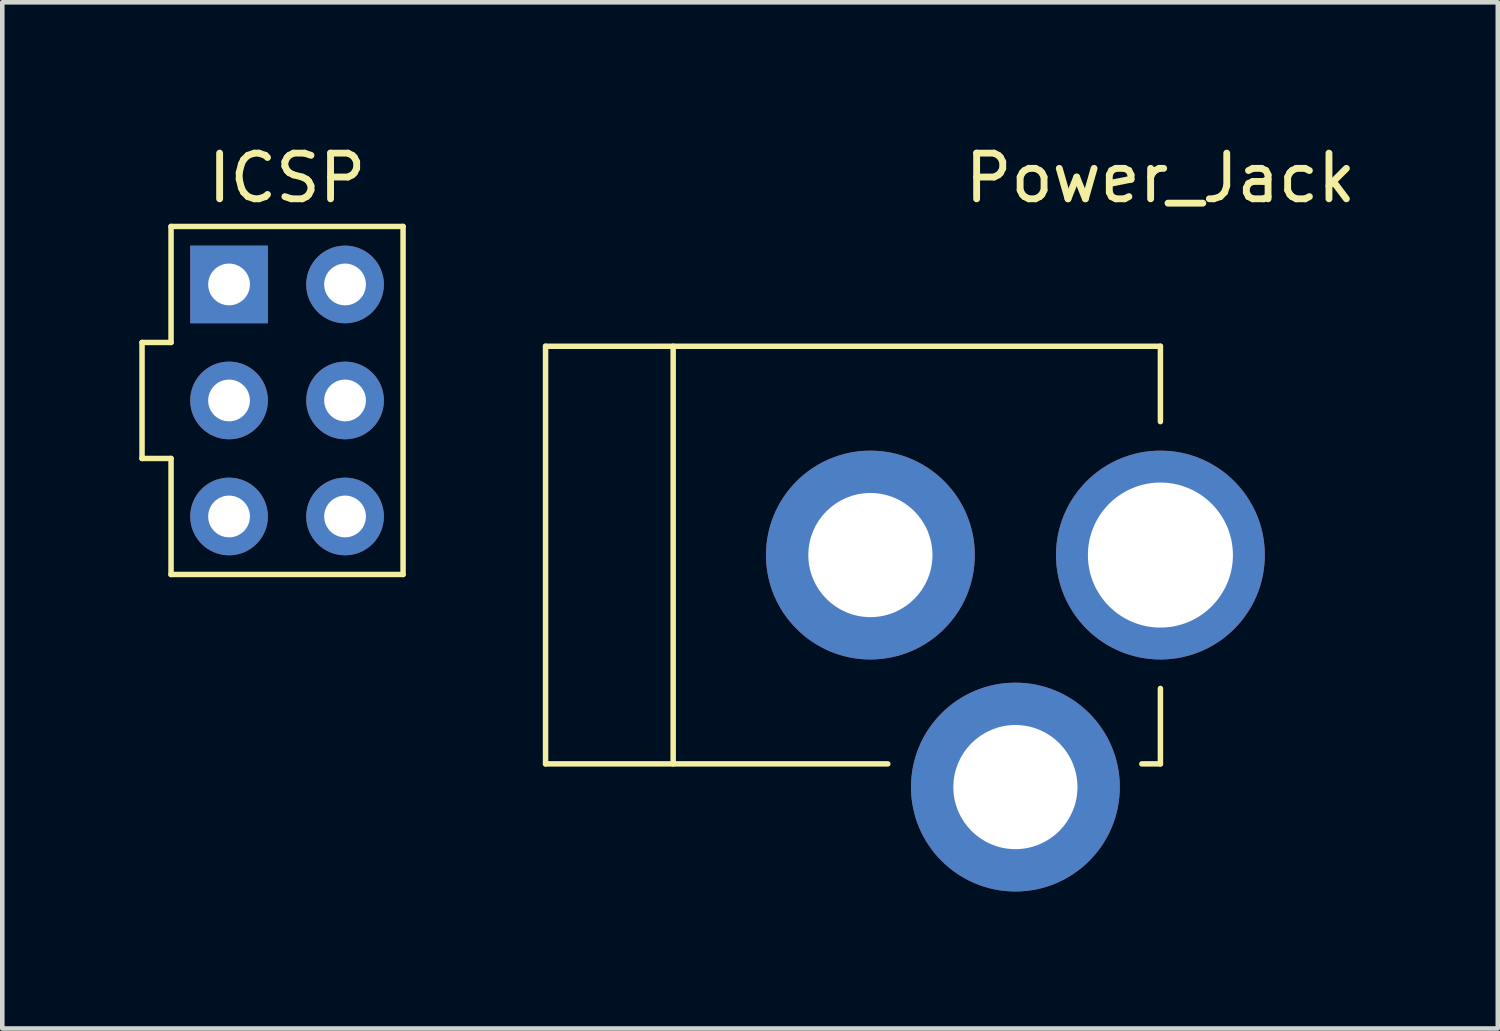
<source format=kicad_pcb>
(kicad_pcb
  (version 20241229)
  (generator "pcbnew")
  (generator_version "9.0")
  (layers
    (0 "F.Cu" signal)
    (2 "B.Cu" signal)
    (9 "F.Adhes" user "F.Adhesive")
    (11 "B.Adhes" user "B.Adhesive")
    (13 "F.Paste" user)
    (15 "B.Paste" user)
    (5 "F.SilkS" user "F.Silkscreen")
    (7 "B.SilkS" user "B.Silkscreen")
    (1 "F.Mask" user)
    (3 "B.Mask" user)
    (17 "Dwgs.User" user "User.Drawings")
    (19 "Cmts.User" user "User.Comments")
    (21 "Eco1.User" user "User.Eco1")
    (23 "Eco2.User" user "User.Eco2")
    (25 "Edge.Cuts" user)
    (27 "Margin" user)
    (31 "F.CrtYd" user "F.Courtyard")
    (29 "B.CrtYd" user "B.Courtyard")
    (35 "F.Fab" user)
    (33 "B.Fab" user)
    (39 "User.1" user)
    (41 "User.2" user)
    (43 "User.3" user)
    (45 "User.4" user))
  (footprint "ICSP"
    (layer "F.Cu")
    (at 1.965 3.178)
    (property "Reference" "ICSP" (at 1.27 -2.33 0) (layer "F.SilkS") (effects (font (size 1 1) (thickness 0.15))))
    (attr through_hole)
    (fp_line (start -1.905 1.27) (end -1.905 3.81) (stroke (width 0.12) (type solid)) (layer "F.SilkS"))
    (fp_line (start -1.905 3.81) (end -1.27 3.81) (stroke (width 0.12) (type solid)) (layer "F.SilkS"))
    (fp_line (start -1.27 -1.27) (end -1.27 1.27) (stroke (width 0.12) (type solid)) (layer "F.SilkS"))
    (fp_line (start -1.27 1.27) (end -1.905 1.27) (stroke (width 0.12) (type solid)) (layer "F.SilkS"))
    (fp_line (start -1.27 3.81) (end -1.27 6.35) (stroke (width 0.12) (type solid)) (layer "F.SilkS"))
    (fp_line (start -1.27 6.35) (end 3.81 6.35) (stroke (width 0.12) (type solid)) (layer "F.SilkS"))
    (fp_line (start 3.81 -1.27) (end -1.27 -1.27) (stroke (width 0.12) (type solid)) (layer "F.SilkS"))
    (fp_line (start 3.81 6.35) (end 3.81 -1.27) (stroke (width 0.12) (type solid)) (layer "F.SilkS"))
    (pad "1" thru_hole rect (at 0 0) (size 1.7 1.7) (drill 0.914) (layers "*.Cu" "*.Mask"))
    (pad "2" thru_hole oval (at 2.54 0) (size 1.7 1.7) (drill 0.914) (layers "*.Cu" "*.Mask"))
    (pad "3" thru_hole oval (at 0 2.54) (size 1.7 1.7) (drill 0.914) (layers "*.Cu" "*.Mask"))
    (pad "4" thru_hole oval (at 2.54 2.54) (size 1.7 1.7) (drill 0.914) (layers "*.Cu" "*.Mask"))
    (pad "5" thru_hole oval (at 0 5.08) (size 1.7 1.7) (drill 0.914) (layers "*.Cu" "*.Mask"))
    (pad "6" thru_hole oval (at 2.54 5.08) (size 1.7 1.7) (drill 0.914) (layers "*.Cu" "*.Mask")))
  (footprint "Power_Jack"
    (layer "F.Cu")
    (at 22.357 9.103)
    (property "Reference" "Power_Jack" (at 0 -8.255 0) (layer "F.SilkS") (effects (font (size 1 1) (thickness 0.15))))
    (attr through_hole)
    (fp_line (start -13.462 -4.572) (end -13.462 4.572) (stroke (width 0.12) (type solid)) (layer "F.SilkS"))
    (fp_line (start -13.462 4.572) (end -5.969 4.572) (stroke (width 0.12) (type solid)) (layer "F.SilkS"))
    (fp_line (start -10.668 -4.572) (end -10.668 4.572) (stroke (width 0.12) (type solid)) (layer "F.SilkS"))
    (fp_line (start -0.406 4.572) (end 0 4.572) (stroke (width 0.12) (type solid)) (layer "F.SilkS"))
    (fp_line (start 0 -4.572) (end -13.462 -4.572) (stroke (width 0.12) (type solid)) (layer "F.SilkS"))
    (fp_line (start 0 -4.572) (end 0 -2.921) (stroke (width 0.12) (type solid)) (layer "F.SilkS"))
    (fp_line (start 0 4.572) (end 0 2.921) (stroke (width 0.12) (type solid)) (layer "F.SilkS"))
    (pad "1" thru_hole circle (at 0 0) (size 4.572 4.572) (drill 3.175) (layers "*.Cu" "*.Mask"))
    (pad "2" thru_hole circle (at -6.35 0) (size 4.572 4.572) (drill 2.718) (layers "*.Cu" "*.Mask"))
    (pad "3" thru_hole circle (at -3.175 5.08) (size 4.572 4.572) (drill 2.718) (layers "*.Cu" "*.Mask")))
  (gr_rect
    (start -3 -3)
    (end 29.744 19.469)
    (stroke (width 0.1) (type default))
    (fill no)
    (layer "Edge.Cuts")))
</source>
